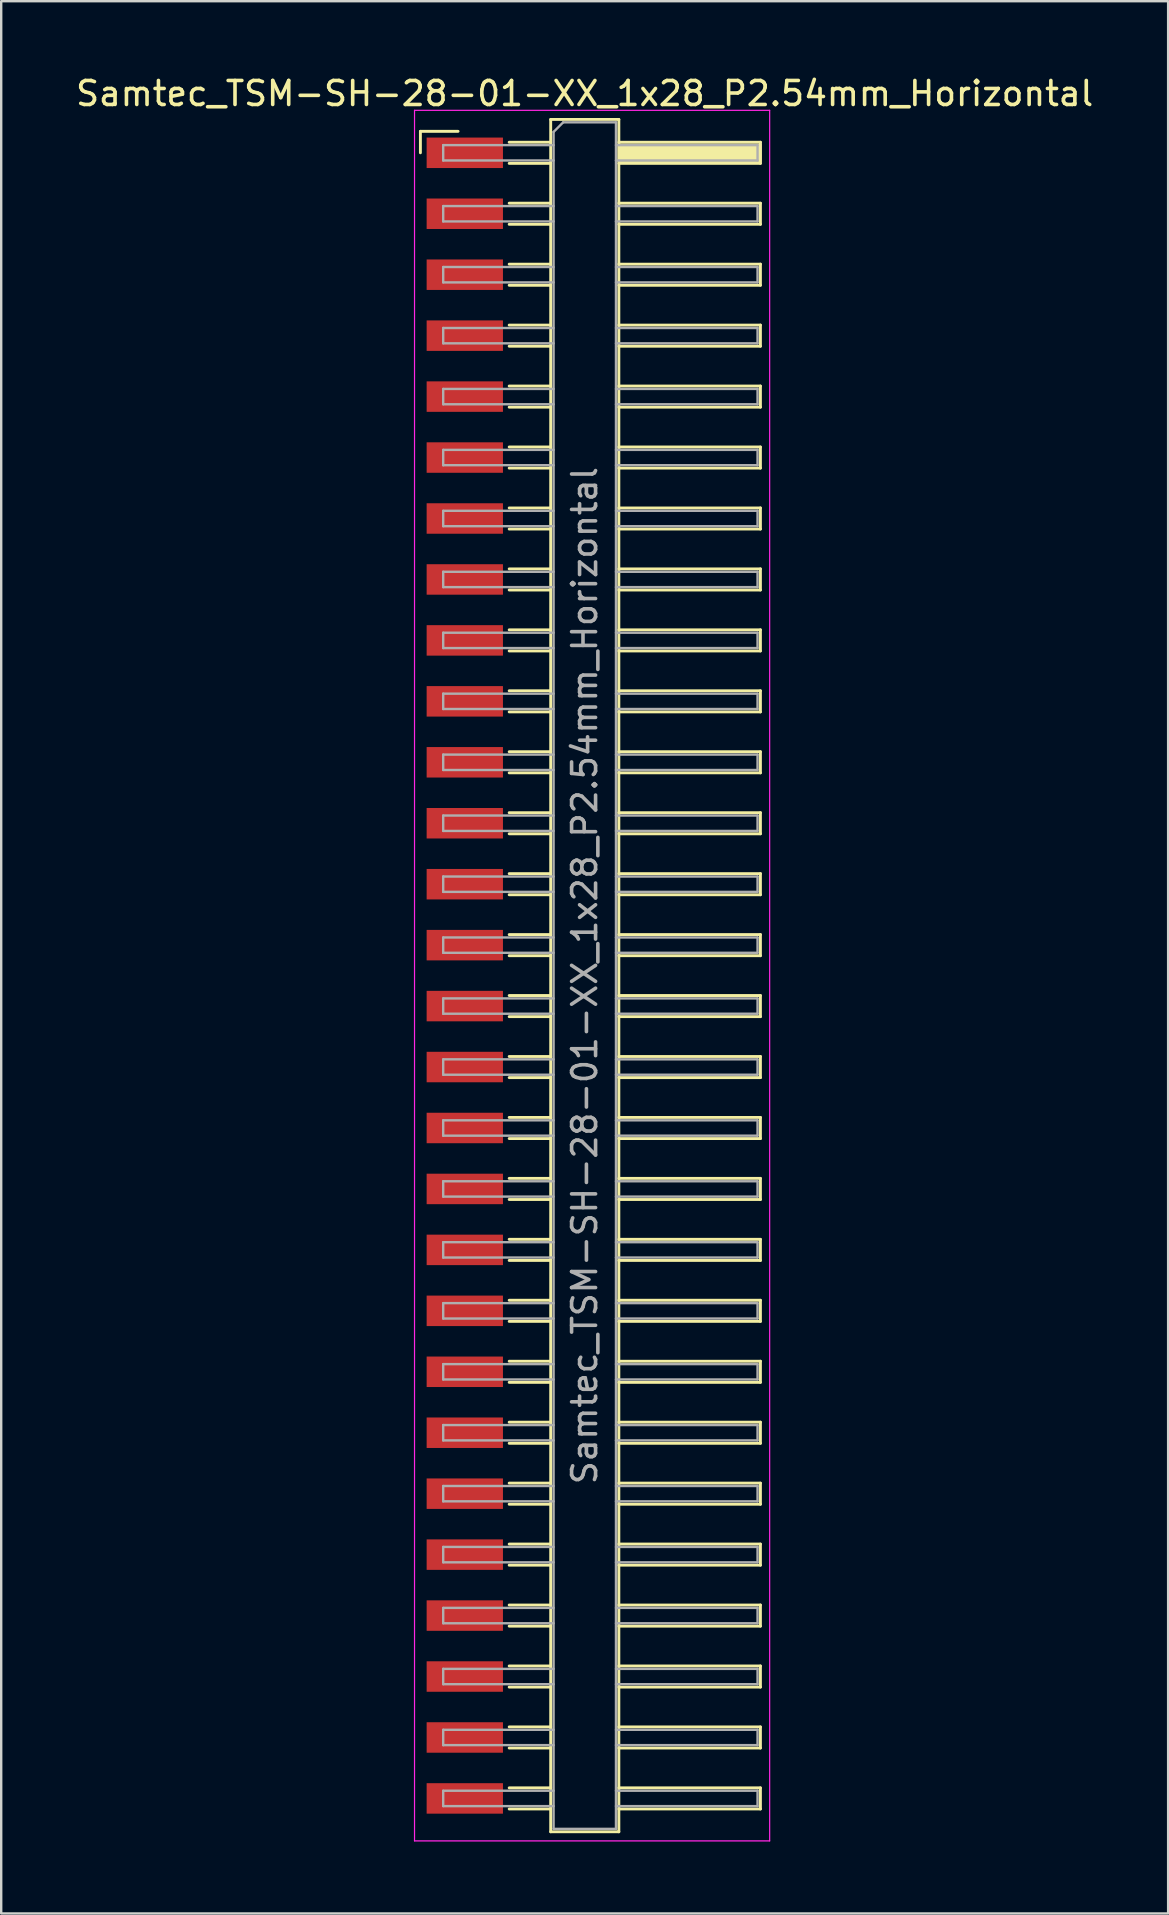
<source format=kicad_pcb>
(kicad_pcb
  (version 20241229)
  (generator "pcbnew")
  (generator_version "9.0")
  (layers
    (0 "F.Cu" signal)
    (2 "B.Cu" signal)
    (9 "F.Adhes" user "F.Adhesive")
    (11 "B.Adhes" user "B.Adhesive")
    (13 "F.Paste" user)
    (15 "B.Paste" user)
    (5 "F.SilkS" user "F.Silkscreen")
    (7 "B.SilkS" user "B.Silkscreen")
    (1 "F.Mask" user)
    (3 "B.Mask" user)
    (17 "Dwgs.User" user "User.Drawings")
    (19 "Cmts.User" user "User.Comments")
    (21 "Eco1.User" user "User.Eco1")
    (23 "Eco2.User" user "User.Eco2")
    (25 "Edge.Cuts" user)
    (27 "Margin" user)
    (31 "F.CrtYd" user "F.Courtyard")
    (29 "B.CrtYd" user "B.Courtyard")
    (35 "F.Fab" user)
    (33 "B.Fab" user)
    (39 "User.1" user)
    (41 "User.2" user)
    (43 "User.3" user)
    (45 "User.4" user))
  (footprint "Samtec_TSM-SH-28-01-XX_1x28_P2.54mm_Horizontal"
    (layer "F.Cu")
    (at 21.505 37.608)
    (property "Reference" "Samtec_TSM-SH-28-01-XX_1x28_P2.54mm_Horizontal" (at -0.19 -36.76 0) (layer "F.SilkS") (effects (font (size 1 1) (thickness 0.15))))
    (attr smd)
    (fp_line (start -7.035 -35.185) (end -5.465 -35.185) (stroke (width 0.12) (type solid)) (layer "F.SilkS"))
    (fp_line (start -7.035 -34.29) (end -7.035 -35.185) (stroke (width 0.12) (type solid)) (layer "F.SilkS"))
    (fp_line (start -3.335 -34.73) (end -1.605 -34.73) (stroke (width 0.12) (type solid)) (layer "F.SilkS"))
    (fp_line (start -3.335 -33.85) (end -1.605 -33.85) (stroke (width 0.12) (type solid)) (layer "F.SilkS"))
    (fp_line (start -3.335 -32.19) (end -1.605 -32.19) (stroke (width 0.12) (type solid)) (layer "F.SilkS"))
    (fp_line (start -3.335 -31.31) (end -1.605 -31.31) (stroke (width 0.12) (type solid)) (layer "F.SilkS"))
    (fp_line (start -3.335 -29.65) (end -1.605 -29.65) (stroke (width 0.12) (type solid)) (layer "F.SilkS"))
    (fp_line (start -3.335 -28.77) (end -1.605 -28.77) (stroke (width 0.12) (type solid)) (layer "F.SilkS"))
    (fp_line (start -3.335 -27.11) (end -1.605 -27.11) (stroke (width 0.12) (type solid)) (layer "F.SilkS"))
    (fp_line (start -3.335 -26.23) (end -1.605 -26.23) (stroke (width 0.12) (type solid)) (layer "F.SilkS"))
    (fp_line (start -3.335 -24.57) (end -1.605 -24.57) (stroke (width 0.12) (type solid)) (layer "F.SilkS"))
    (fp_line (start -3.335 -23.69) (end -1.605 -23.69) (stroke (width 0.12) (type solid)) (layer "F.SilkS"))
    (fp_line (start -3.335 -22.03) (end -1.605 -22.03) (stroke (width 0.12) (type solid)) (layer "F.SilkS"))
    (fp_line (start -3.335 -21.15) (end -1.605 -21.15) (stroke (width 0.12) (type solid)) (layer "F.SilkS"))
    (fp_line (start -3.335 -19.49) (end -1.605 -19.49) (stroke (width 0.12) (type solid)) (layer "F.SilkS"))
    (fp_line (start -3.335 -18.61) (end -1.605 -18.61) (stroke (width 0.12) (type solid)) (layer "F.SilkS"))
    (fp_line (start -3.335 -16.95) (end -1.605 -16.95) (stroke (width 0.12) (type solid)) (layer "F.SilkS"))
    (fp_line (start -3.335 -16.07) (end -1.605 -16.07) (stroke (width 0.12) (type solid)) (layer "F.SilkS"))
    (fp_line (start -3.335 -14.41) (end -1.605 -14.41) (stroke (width 0.12) (type solid)) (layer "F.SilkS"))
    (fp_line (start -3.335 -13.53) (end -1.605 -13.53) (stroke (width 0.12) (type solid)) (layer "F.SilkS"))
    (fp_line (start -3.335 -11.87) (end -1.605 -11.87) (stroke (width 0.12) (type solid)) (layer "F.SilkS"))
    (fp_line (start -3.335 -10.99) (end -1.605 -10.99) (stroke (width 0.12) (type solid)) (layer "F.SilkS"))
    (fp_line (start -3.335 -9.33) (end -1.605 -9.33) (stroke (width 0.12) (type solid)) (layer "F.SilkS"))
    (fp_line (start -3.335 -8.45) (end -1.605 -8.45) (stroke (width 0.12) (type solid)) (layer "F.SilkS"))
    (fp_line (start -3.335 -6.79) (end -1.605 -6.79) (stroke (width 0.12) (type solid)) (layer "F.SilkS"))
    (fp_line (start -3.335 -5.91) (end -1.605 -5.91) (stroke (width 0.12) (type solid)) (layer "F.SilkS"))
    (fp_line (start -3.335 -4.25) (end -1.605 -4.25) (stroke (width 0.12) (type solid)) (layer "F.SilkS"))
    (fp_line (start -3.335 -3.37) (end -1.605 -3.37) (stroke (width 0.12) (type solid)) (layer "F.SilkS"))
    (fp_line (start -3.335 -1.71) (end -1.605 -1.71) (stroke (width 0.12) (type solid)) (layer "F.SilkS"))
    (fp_line (start -3.335 -0.83) (end -1.605 -0.83) (stroke (width 0.12) (type solid)) (layer "F.SilkS"))
    (fp_line (start -3.335 0.83) (end -1.605 0.83) (stroke (width 0.12) (type solid)) (layer "F.SilkS"))
    (fp_line (start -3.335 1.71) (end -1.605 1.71) (stroke (width 0.12) (type solid)) (layer "F.SilkS"))
    (fp_line (start -3.335 3.37) (end -1.605 3.37) (stroke (width 0.12) (type solid)) (layer "F.SilkS"))
    (fp_line (start -3.335 4.25) (end -1.605 4.25) (stroke (width 0.12) (type solid)) (layer "F.SilkS"))
    (fp_line (start -3.335 5.91) (end -1.605 5.91) (stroke (width 0.12) (type solid)) (layer "F.SilkS"))
    (fp_line (start -3.335 6.79) (end -1.605 6.79) (stroke (width 0.12) (type solid)) (layer "F.SilkS"))
    (fp_line (start -3.335 8.45) (end -1.605 8.45) (stroke (width 0.12) (type solid)) (layer "F.SilkS"))
    (fp_line (start -3.335 9.33) (end -1.605 9.33) (stroke (width 0.12) (type solid)) (layer "F.SilkS"))
    (fp_line (start -3.335 10.99) (end -1.605 10.99) (stroke (width 0.12) (type solid)) (layer "F.SilkS"))
    (fp_line (start -3.335 11.87) (end -1.605 11.87) (stroke (width 0.12) (type solid)) (layer "F.SilkS"))
    (fp_line (start -3.335 13.53) (end -1.605 13.53) (stroke (width 0.12) (type solid)) (layer "F.SilkS"))
    (fp_line (start -3.335 14.41) (end -1.605 14.41) (stroke (width 0.12) (type solid)) (layer "F.SilkS"))
    (fp_line (start -3.335 16.07) (end -1.605 16.07) (stroke (width 0.12) (type solid)) (layer "F.SilkS"))
    (fp_line (start -3.335 16.95) (end -1.605 16.95) (stroke (width 0.12) (type solid)) (layer "F.SilkS"))
    (fp_line (start -3.335 18.61) (end -1.605 18.61) (stroke (width 0.12) (type solid)) (layer "F.SilkS"))
    (fp_line (start -3.335 19.49) (end -1.605 19.49) (stroke (width 0.12) (type solid)) (layer "F.SilkS"))
    (fp_line (start -3.335 21.15) (end -1.605 21.15) (stroke (width 0.12) (type solid)) (layer "F.SilkS"))
    (fp_line (start -3.335 22.03) (end -1.605 22.03) (stroke (width 0.12) (type solid)) (layer "F.SilkS"))
    (fp_line (start -3.335 23.69) (end -1.605 23.69) (stroke (width 0.12) (type solid)) (layer "F.SilkS"))
    (fp_line (start -3.335 24.57) (end -1.605 24.57) (stroke (width 0.12) (type solid)) (layer "F.SilkS"))
    (fp_line (start -3.335 26.23) (end -1.605 26.23) (stroke (width 0.12) (type solid)) (layer "F.SilkS"))
    (fp_line (start -3.335 27.11) (end -1.605 27.11) (stroke (width 0.12) (type solid)) (layer "F.SilkS"))
    (fp_line (start -3.335 28.77) (end -1.605 28.77) (stroke (width 0.12) (type solid)) (layer "F.SilkS"))
    (fp_line (start -3.335 29.65) (end -1.605 29.65) (stroke (width 0.12) (type solid)) (layer "F.SilkS"))
    (fp_line (start -3.335 31.31) (end -1.605 31.31) (stroke (width 0.12) (type solid)) (layer "F.SilkS"))
    (fp_line (start -3.335 32.19) (end -1.605 32.19) (stroke (width 0.12) (type solid)) (layer "F.SilkS"))
    (fp_line (start -3.335 33.85) (end -1.605 33.85) (stroke (width 0.12) (type solid)) (layer "F.SilkS"))
    (fp_line (start -3.335 34.73) (end -1.605 34.73) (stroke (width 0.12) (type solid)) (layer "F.SilkS"))
    (fp_line (start -1.605 -35.68) (end 1.235 -35.68) (stroke (width 0.12) (type solid)) (layer "F.SilkS"))
    (fp_line (start -1.605 35.68) (end -1.605 -35.68) (stroke (width 0.12) (type solid)) (layer "F.SilkS"))
    (fp_line (start 1.235 -35.68) (end 1.235 35.68) (stroke (width 0.12) (type solid)) (layer "F.SilkS"))
    (fp_line (start 1.235 -34.73) (end 7.135 -34.73) (stroke (width 0.12) (type solid)) (layer "F.SilkS"))
    (fp_line (start 1.235 -32.19) (end 7.135 -32.19) (stroke (width 0.12) (type solid)) (layer "F.SilkS"))
    (fp_line (start 1.235 -29.65) (end 7.135 -29.65) (stroke (width 0.12) (type solid)) (layer "F.SilkS"))
    (fp_line (start 1.235 -27.11) (end 7.135 -27.11) (stroke (width 0.12) (type solid)) (layer "F.SilkS"))
    (fp_line (start 1.235 -24.57) (end 7.135 -24.57) (stroke (width 0.12) (type solid)) (layer "F.SilkS"))
    (fp_line (start 1.235 -22.03) (end 7.135 -22.03) (stroke (width 0.12) (type solid)) (layer "F.SilkS"))
    (fp_line (start 1.235 -19.49) (end 7.135 -19.49) (stroke (width 0.12) (type solid)) (layer "F.SilkS"))
    (fp_line (start 1.235 -16.95) (end 7.135 -16.95) (stroke (width 0.12) (type solid)) (layer "F.SilkS"))
    (fp_line (start 1.235 -14.41) (end 7.135 -14.41) (stroke (width 0.12) (type solid)) (layer "F.SilkS"))
    (fp_line (start 1.235 -11.87) (end 7.135 -11.87) (stroke (width 0.12) (type solid)) (layer "F.SilkS"))
    (fp_line (start 1.235 -9.33) (end 7.135 -9.33) (stroke (width 0.12) (type solid)) (layer "F.SilkS"))
    (fp_line (start 1.235 -6.79) (end 7.135 -6.79) (stroke (width 0.12) (type solid)) (layer "F.SilkS"))
    (fp_line (start 1.235 -4.25) (end 7.135 -4.25) (stroke (width 0.12) (type solid)) (layer "F.SilkS"))
    (fp_line (start 1.235 -1.71) (end 7.135 -1.71) (stroke (width 0.12) (type solid)) (layer "F.SilkS"))
    (fp_line (start 1.235 0.83) (end 7.135 0.83) (stroke (width 0.12) (type solid)) (layer "F.SilkS"))
    (fp_line (start 1.235 3.37) (end 7.135 3.37) (stroke (width 0.12) (type solid)) (layer "F.SilkS"))
    (fp_line (start 1.235 5.91) (end 7.135 5.91) (stroke (width 0.12) (type solid)) (layer "F.SilkS"))
    (fp_line (start 1.235 8.45) (end 7.135 8.45) (stroke (width 0.12) (type solid)) (layer "F.SilkS"))
    (fp_line (start 1.235 10.99) (end 7.135 10.99) (stroke (width 0.12) (type solid)) (layer "F.SilkS"))
    (fp_line (start 1.235 13.53) (end 7.135 13.53) (stroke (width 0.12) (type solid)) (layer "F.SilkS"))
    (fp_line (start 1.235 16.07) (end 7.135 16.07) (stroke (width 0.12) (type solid)) (layer "F.SilkS"))
    (fp_line (start 1.235 18.61) (end 7.135 18.61) (stroke (width 0.12) (type solid)) (layer "F.SilkS"))
    (fp_line (start 1.235 21.15) (end 7.135 21.15) (stroke (width 0.12) (type solid)) (layer "F.SilkS"))
    (fp_line (start 1.235 23.69) (end 7.135 23.69) (stroke (width 0.12) (type solid)) (layer "F.SilkS"))
    (fp_line (start 1.235 26.23) (end 7.135 26.23) (stroke (width 0.12) (type solid)) (layer "F.SilkS"))
    (fp_line (start 1.235 28.77) (end 7.135 28.77) (stroke (width 0.12) (type solid)) (layer "F.SilkS"))
    (fp_line (start 1.235 31.31) (end 7.135 31.31) (stroke (width 0.12) (type solid)) (layer "F.SilkS"))
    (fp_line (start 1.235 33.85) (end 7.135 33.85) (stroke (width 0.12) (type solid)) (layer "F.SilkS"))
    (fp_line (start 1.235 35.68) (end -1.605 35.68) (stroke (width 0.12) (type solid)) (layer "F.SilkS"))
    (fp_line (start 7.135 -34.73) (end 7.135 -33.85) (stroke (width 0.12) (type solid)) (layer "F.SilkS"))
    (fp_line (start 7.135 -33.85) (end 1.235 -33.85) (stroke (width 0.12) (type solid)) (layer "F.SilkS"))
    (fp_line (start 7.135 -32.19) (end 7.135 -31.31) (stroke (width 0.12) (type solid)) (layer "F.SilkS"))
    (fp_line (start 7.135 -31.31) (end 1.235 -31.31) (stroke (width 0.12) (type solid)) (layer "F.SilkS"))
    (fp_line (start 7.135 -29.65) (end 7.135 -28.77) (stroke (width 0.12) (type solid)) (layer "F.SilkS"))
    (fp_line (start 7.135 -28.77) (end 1.235 -28.77) (stroke (width 0.12) (type solid)) (layer "F.SilkS"))
    (fp_line (start 7.135 -27.11) (end 7.135 -26.23) (stroke (width 0.12) (type solid)) (layer "F.SilkS"))
    (fp_line (start 7.135 -26.23) (end 1.235 -26.23) (stroke (width 0.12) (type solid)) (layer "F.SilkS"))
    (fp_line (start 7.135 -24.57) (end 7.135 -23.69) (stroke (width 0.12) (type solid)) (layer "F.SilkS"))
    (fp_line (start 7.135 -23.69) (end 1.235 -23.69) (stroke (width 0.12) (type solid)) (layer "F.SilkS"))
    (fp_line (start 7.135 -22.03) (end 7.135 -21.15) (stroke (width 0.12) (type solid)) (layer "F.SilkS"))
    (fp_line (start 7.135 -21.15) (end 1.235 -21.15) (stroke (width 0.12) (type solid)) (layer "F.SilkS"))
    (fp_line (start 7.135 -19.49) (end 7.135 -18.61) (stroke (width 0.12) (type solid)) (layer "F.SilkS"))
    (fp_line (start 7.135 -18.61) (end 1.235 -18.61) (stroke (width 0.12) (type solid)) (layer "F.SilkS"))
    (fp_line (start 7.135 -16.95) (end 7.135 -16.07) (stroke (width 0.12) (type solid)) (layer "F.SilkS"))
    (fp_line (start 7.135 -16.07) (end 1.235 -16.07) (stroke (width 0.12) (type solid)) (layer "F.SilkS"))
    (fp_line (start 7.135 -14.41) (end 7.135 -13.53) (stroke (width 0.12) (type solid)) (layer "F.SilkS"))
    (fp_line (start 7.135 -13.53) (end 1.235 -13.53) (stroke (width 0.12) (type solid)) (layer "F.SilkS"))
    (fp_line (start 7.135 -11.87) (end 7.135 -10.99) (stroke (width 0.12) (type solid)) (layer "F.SilkS"))
    (fp_line (start 7.135 -10.99) (end 1.235 -10.99) (stroke (width 0.12) (type solid)) (layer "F.SilkS"))
    (fp_line (start 7.135 -9.33) (end 7.135 -8.45) (stroke (width 0.12) (type solid)) (layer "F.SilkS"))
    (fp_line (start 7.135 -8.45) (end 1.235 -8.45) (stroke (width 0.12) (type solid)) (layer "F.SilkS"))
    (fp_line (start 7.135 -6.79) (end 7.135 -5.91) (stroke (width 0.12) (type solid)) (layer "F.SilkS"))
    (fp_line (start 7.135 -5.91) (end 1.235 -5.91) (stroke (width 0.12) (type solid)) (layer "F.SilkS"))
    (fp_line (start 7.135 -4.25) (end 7.135 -3.37) (stroke (width 0.12) (type solid)) (layer "F.SilkS"))
    (fp_line (start 7.135 -3.37) (end 1.235 -3.37) (stroke (width 0.12) (type solid)) (layer "F.SilkS"))
    (fp_line (start 7.135 -1.71) (end 7.135 -0.83) (stroke (width 0.12) (type solid)) (layer "F.SilkS"))
    (fp_line (start 7.135 -0.83) (end 1.235 -0.83) (stroke (width 0.12) (type solid)) (layer "F.SilkS"))
    (fp_line (start 7.135 0.83) (end 7.135 1.71) (stroke (width 0.12) (type solid)) (layer "F.SilkS"))
    (fp_line (start 7.135 1.71) (end 1.235 1.71) (stroke (width 0.12) (type solid)) (layer "F.SilkS"))
    (fp_line (start 7.135 3.37) (end 7.135 4.25) (stroke (width 0.12) (type solid)) (layer "F.SilkS"))
    (fp_line (start 7.135 4.25) (end 1.235 4.25) (stroke (width 0.12) (type solid)) (layer "F.SilkS"))
    (fp_line (start 7.135 5.91) (end 7.135 6.79) (stroke (width 0.12) (type solid)) (layer "F.SilkS"))
    (fp_line (start 7.135 6.79) (end 1.235 6.79) (stroke (width 0.12) (type solid)) (layer "F.SilkS"))
    (fp_line (start 7.135 8.45) (end 7.135 9.33) (stroke (width 0.12) (type solid)) (layer "F.SilkS"))
    (fp_line (start 7.135 9.33) (end 1.235 9.33) (stroke (width 0.12) (type solid)) (layer "F.SilkS"))
    (fp_line (start 7.135 10.99) (end 7.135 11.87) (stroke (width 0.12) (type solid)) (layer "F.SilkS"))
    (fp_line (start 7.135 11.87) (end 1.235 11.87) (stroke (width 0.12) (type solid)) (layer "F.SilkS"))
    (fp_line (start 7.135 13.53) (end 7.135 14.41) (stroke (width 0.12) (type solid)) (layer "F.SilkS"))
    (fp_line (start 7.135 14.41) (end 1.235 14.41) (stroke (width 0.12) (type solid)) (layer "F.SilkS"))
    (fp_line (start 7.135 16.07) (end 7.135 16.95) (stroke (width 0.12) (type solid)) (layer "F.SilkS"))
    (fp_line (start 7.135 16.95) (end 1.235 16.95) (stroke (width 0.12) (type solid)) (layer "F.SilkS"))
    (fp_line (start 7.135 18.61) (end 7.135 19.49) (stroke (width 0.12) (type solid)) (layer "F.SilkS"))
    (fp_line (start 7.135 19.49) (end 1.235 19.49) (stroke (width 0.12) (type solid)) (layer "F.SilkS"))
    (fp_line (start 7.135 21.15) (end 7.135 22.03) (stroke (width 0.12) (type solid)) (layer "F.SilkS"))
    (fp_line (start 7.135 22.03) (end 1.235 22.03) (stroke (width 0.12) (type solid)) (layer "F.SilkS"))
    (fp_line (start 7.135 23.69) (end 7.135 24.57) (stroke (width 0.12) (type solid)) (layer "F.SilkS"))
    (fp_line (start 7.135 24.57) (end 1.235 24.57) (stroke (width 0.12) (type solid)) (layer "F.SilkS"))
    (fp_line (start 7.135 26.23) (end 7.135 27.11) (stroke (width 0.12) (type solid)) (layer "F.SilkS"))
    (fp_line (start 7.135 27.11) (end 1.235 27.11) (stroke (width 0.12) (type solid)) (layer "F.SilkS"))
    (fp_line (start 7.135 28.77) (end 7.135 29.65) (stroke (width 0.12) (type solid)) (layer "F.SilkS"))
    (fp_line (start 7.135 29.65) (end 1.235 29.65) (stroke (width 0.12) (type solid)) (layer "F.SilkS"))
    (fp_line (start 7.135 31.31) (end 7.135 32.19) (stroke (width 0.12) (type solid)) (layer "F.SilkS"))
    (fp_line (start 7.135 32.19) (end 1.235 32.19) (stroke (width 0.12) (type solid)) (layer "F.SilkS"))
    (fp_line (start 7.135 33.85) (end 7.135 34.73) (stroke (width 0.12) (type solid)) (layer "F.SilkS"))
    (fp_line (start 7.135 34.73) (end 1.235 34.73) (stroke (width 0.12) (type solid)) (layer "F.SilkS"))
    (fp_line (start -7.28 -36.06) (end 7.52 -36.06) (stroke (width 0.05) (type solid)) (layer "F.CrtYd"))
    (fp_line (start -7.28 36.06) (end -7.28 -36.06) (stroke (width 0.05) (type solid)) (layer "F.CrtYd"))
    (fp_line (start 7.52 -36.06) (end 7.52 36.06) (stroke (width 0.05) (type solid)) (layer "F.CrtYd"))
    (fp_line (start 7.52 36.06) (end -7.28 36.06) (stroke (width 0.05) (type solid)) (layer "F.CrtYd"))
    (fp_line (start -6.085 -34.61) (end -6.085 -33.97) (stroke (width 0.1) (type solid)) (layer "F.Fab"))
    (fp_line (start -6.085 -33.97) (end -1.485 -33.97) (stroke (width 0.1) (type solid)) (layer "F.Fab"))
    (fp_line (start -6.085 -32.07) (end -6.085 -31.43) (stroke (width 0.1) (type solid)) (layer "F.Fab"))
    (fp_line (start -6.085 -31.43) (end -1.485 -31.43) (stroke (width 0.1) (type solid)) (layer "F.Fab"))
    (fp_line (start -6.085 -29.53) (end -6.085 -28.89) (stroke (width 0.1) (type solid)) (layer "F.Fab"))
    (fp_line (start -6.085 -28.89) (end -1.485 -28.89) (stroke (width 0.1) (type solid)) (layer "F.Fab"))
    (fp_line (start -6.085 -26.99) (end -6.085 -26.35) (stroke (width 0.1) (type solid)) (layer "F.Fab"))
    (fp_line (start -6.085 -26.35) (end -1.485 -26.35) (stroke (width 0.1) (type solid)) (layer "F.Fab"))
    (fp_line (start -6.085 -24.45) (end -6.085 -23.81) (stroke (width 0.1) (type solid)) (layer "F.Fab"))
    (fp_line (start -6.085 -23.81) (end -1.485 -23.81) (stroke (width 0.1) (type solid)) (layer "F.Fab"))
    (fp_line (start -6.085 -21.91) (end -6.085 -21.27) (stroke (width 0.1) (type solid)) (layer "F.Fab"))
    (fp_line (start -6.085 -21.27) (end -1.485 -21.27) (stroke (width 0.1) (type solid)) (layer "F.Fab"))
    (fp_line (start -6.085 -19.37) (end -6.085 -18.73) (stroke (width 0.1) (type solid)) (layer "F.Fab"))
    (fp_line (start -6.085 -18.73) (end -1.485 -18.73) (stroke (width 0.1) (type solid)) (layer "F.Fab"))
    (fp_line (start -6.085 -16.83) (end -6.085 -16.19) (stroke (width 0.1) (type solid)) (layer "F.Fab"))
    (fp_line (start -6.085 -16.19) (end -1.485 -16.19) (stroke (width 0.1) (type solid)) (layer "F.Fab"))
    (fp_line (start -6.085 -14.29) (end -6.085 -13.65) (stroke (width 0.1) (type solid)) (layer "F.Fab"))
    (fp_line (start -6.085 -13.65) (end -1.485 -13.65) (stroke (width 0.1) (type solid)) (layer "F.Fab"))
    (fp_line (start -6.085 -11.75) (end -6.085 -11.11) (stroke (width 0.1) (type solid)) (layer "F.Fab"))
    (fp_line (start -6.085 -11.11) (end -1.485 -11.11) (stroke (width 0.1) (type solid)) (layer "F.Fab"))
    (fp_line (start -6.085 -9.21) (end -6.085 -8.57) (stroke (width 0.1) (type solid)) (layer "F.Fab"))
    (fp_line (start -6.085 -8.57) (end -1.485 -8.57) (stroke (width 0.1) (type solid)) (layer "F.Fab"))
    (fp_line (start -6.085 -6.67) (end -6.085 -6.03) (stroke (width 0.1) (type solid)) (layer "F.Fab"))
    (fp_line (start -6.085 -6.03) (end -1.485 -6.03) (stroke (width 0.1) (type solid)) (layer "F.Fab"))
    (fp_line (start -6.085 -4.13) (end -6.085 -3.49) (stroke (width 0.1) (type solid)) (layer "F.Fab"))
    (fp_line (start -6.085 -3.49) (end -1.485 -3.49) (stroke (width 0.1) (type solid)) (layer "F.Fab"))
    (fp_line (start -6.085 -1.59) (end -6.085 -0.95) (stroke (width 0.1) (type solid)) (layer "F.Fab"))
    (fp_line (start -6.085 -0.95) (end -1.485 -0.95) (stroke (width 0.1) (type solid)) (layer "F.Fab"))
    (fp_line (start -6.085 0.95) (end -6.085 1.59) (stroke (width 0.1) (type solid)) (layer "F.Fab"))
    (fp_line (start -6.085 1.59) (end -1.485 1.59) (stroke (width 0.1) (type solid)) (layer "F.Fab"))
    (fp_line (start -6.085 3.49) (end -6.085 4.13) (stroke (width 0.1) (type solid)) (layer "F.Fab"))
    (fp_line (start -6.085 4.13) (end -1.485 4.13) (stroke (width 0.1) (type solid)) (layer "F.Fab"))
    (fp_line (start -6.085 6.03) (end -6.085 6.67) (stroke (width 0.1) (type solid)) (layer "F.Fab"))
    (fp_line (start -6.085 6.67) (end -1.485 6.67) (stroke (width 0.1) (type solid)) (layer "F.Fab"))
    (fp_line (start -6.085 8.57) (end -6.085 9.21) (stroke (width 0.1) (type solid)) (layer "F.Fab"))
    (fp_line (start -6.085 9.21) (end -1.485 9.21) (stroke (width 0.1) (type solid)) (layer "F.Fab"))
    (fp_line (start -6.085 11.11) (end -6.085 11.75) (stroke (width 0.1) (type solid)) (layer "F.Fab"))
    (fp_line (start -6.085 11.75) (end -1.485 11.75) (stroke (width 0.1) (type solid)) (layer "F.Fab"))
    (fp_line (start -6.085 13.65) (end -6.085 14.29) (stroke (width 0.1) (type solid)) (layer "F.Fab"))
    (fp_line (start -6.085 14.29) (end -1.485 14.29) (stroke (width 0.1) (type solid)) (layer "F.Fab"))
    (fp_line (start -6.085 16.19) (end -6.085 16.83) (stroke (width 0.1) (type solid)) (layer "F.Fab"))
    (fp_line (start -6.085 16.83) (end -1.485 16.83) (stroke (width 0.1) (type solid)) (layer "F.Fab"))
    (fp_line (start -6.085 18.73) (end -6.085 19.37) (stroke (width 0.1) (type solid)) (layer "F.Fab"))
    (fp_line (start -6.085 19.37) (end -1.485 19.37) (stroke (width 0.1) (type solid)) (layer "F.Fab"))
    (fp_line (start -6.085 21.27) (end -6.085 21.91) (stroke (width 0.1) (type solid)) (layer "F.Fab"))
    (fp_line (start -6.085 21.91) (end -1.485 21.91) (stroke (width 0.1) (type solid)) (layer "F.Fab"))
    (fp_line (start -6.085 23.81) (end -6.085 24.45) (stroke (width 0.1) (type solid)) (layer "F.Fab"))
    (fp_line (start -6.085 24.45) (end -1.485 24.45) (stroke (width 0.1) (type solid)) (layer "F.Fab"))
    (fp_line (start -6.085 26.35) (end -6.085 26.99) (stroke (width 0.1) (type solid)) (layer "F.Fab"))
    (fp_line (start -6.085 26.99) (end -1.485 26.99) (stroke (width 0.1) (type solid)) (layer "F.Fab"))
    (fp_line (start -6.085 28.89) (end -6.085 29.53) (stroke (width 0.1) (type solid)) (layer "F.Fab"))
    (fp_line (start -6.085 29.53) (end -1.485 29.53) (stroke (width 0.1) (type solid)) (layer "F.Fab"))
    (fp_line (start -6.085 31.43) (end -6.085 32.07) (stroke (width 0.1) (type solid)) (layer "F.Fab"))
    (fp_line (start -6.085 32.07) (end -1.485 32.07) (stroke (width 0.1) (type solid)) (layer "F.Fab"))
    (fp_line (start -6.085 33.97) (end -6.085 34.61) (stroke (width 0.1) (type solid)) (layer "F.Fab"))
    (fp_line (start -6.085 34.61) (end -1.485 34.61) (stroke (width 0.1) (type solid)) (layer "F.Fab"))
    (fp_line (start -1.485 -35.16) (end -1.085 -35.56) (stroke (width 0.1) (type solid)) (layer "F.Fab"))
    (fp_line (start -1.485 -34.61) (end -6.085 -34.61) (stroke (width 0.1) (type solid)) (layer "F.Fab"))
    (fp_line (start -1.485 -32.07) (end -6.085 -32.07) (stroke (width 0.1) (type solid)) (layer "F.Fab"))
    (fp_line (start -1.485 -29.53) (end -6.085 -29.53) (stroke (width 0.1) (type solid)) (layer "F.Fab"))
    (fp_line (start -1.485 -26.99) (end -6.085 -26.99) (stroke (width 0.1) (type solid)) (layer "F.Fab"))
    (fp_line (start -1.485 -24.45) (end -6.085 -24.45) (stroke (width 0.1) (type solid)) (layer "F.Fab"))
    (fp_line (start -1.485 -21.91) (end -6.085 -21.91) (stroke (width 0.1) (type solid)) (layer "F.Fab"))
    (fp_line (start -1.485 -19.37) (end -6.085 -19.37) (stroke (width 0.1) (type solid)) (layer "F.Fab"))
    (fp_line (start -1.485 -16.83) (end -6.085 -16.83) (stroke (width 0.1) (type solid)) (layer "F.Fab"))
    (fp_line (start -1.485 -14.29) (end -6.085 -14.29) (stroke (width 0.1) (type solid)) (layer "F.Fab"))
    (fp_line (start -1.485 -11.75) (end -6.085 -11.75) (stroke (width 0.1) (type solid)) (layer "F.Fab"))
    (fp_line (start -1.485 -9.21) (end -6.085 -9.21) (stroke (width 0.1) (type solid)) (layer "F.Fab"))
    (fp_line (start -1.485 -6.67) (end -6.085 -6.67) (stroke (width 0.1) (type solid)) (layer "F.Fab"))
    (fp_line (start -1.485 -4.13) (end -6.085 -4.13) (stroke (width 0.1) (type solid)) (layer "F.Fab"))
    (fp_line (start -1.485 -1.59) (end -6.085 -1.59) (stroke (width 0.1) (type solid)) (layer "F.Fab"))
    (fp_line (start -1.485 0.95) (end -6.085 0.95) (stroke (width 0.1) (type solid)) (layer "F.Fab"))
    (fp_line (start -1.485 3.49) (end -6.085 3.49) (stroke (width 0.1) (type solid)) (layer "F.Fab"))
    (fp_line (start -1.485 6.03) (end -6.085 6.03) (stroke (width 0.1) (type solid)) (layer "F.Fab"))
    (fp_line (start -1.485 8.57) (end -6.085 8.57) (stroke (width 0.1) (type solid)) (layer "F.Fab"))
    (fp_line (start -1.485 11.11) (end -6.085 11.11) (stroke (width 0.1) (type solid)) (layer "F.Fab"))
    (fp_line (start -1.485 13.65) (end -6.085 13.65) (stroke (width 0.1) (type solid)) (layer "F.Fab"))
    (fp_line (start -1.485 16.19) (end -6.085 16.19) (stroke (width 0.1) (type solid)) (layer "F.Fab"))
    (fp_line (start -1.485 18.73) (end -6.085 18.73) (stroke (width 0.1) (type solid)) (layer "F.Fab"))
    (fp_line (start -1.485 21.27) (end -6.085 21.27) (stroke (width 0.1) (type solid)) (layer "F.Fab"))
    (fp_line (start -1.485 23.81) (end -6.085 23.81) (stroke (width 0.1) (type solid)) (layer "F.Fab"))
    (fp_line (start -1.485 26.35) (end -6.085 26.35) (stroke (width 0.1) (type solid)) (layer "F.Fab"))
    (fp_line (start -1.485 28.89) (end -6.085 28.89) (stroke (width 0.1) (type solid)) (layer "F.Fab"))
    (fp_line (start -1.485 31.43) (end -6.085 31.43) (stroke (width 0.1) (type solid)) (layer "F.Fab"))
    (fp_line (start -1.485 33.97) (end -6.085 33.97) (stroke (width 0.1) (type solid)) (layer "F.Fab"))
    (fp_line (start -1.485 35.56) (end -1.485 -35.16) (stroke (width 0.1) (type solid)) (layer "F.Fab"))
    (fp_line (start -1.085 -35.56) (end 1.115 -35.56) (stroke (width 0.1) (type solid)) (layer "F.Fab"))
    (fp_line (start 1.115 -35.56) (end 1.115 35.56) (stroke (width 0.1) (type solid)) (layer "F.Fab"))
    (fp_line (start 1.115 -34.61) (end 7.015 -34.61) (stroke (width 0.1) (type solid)) (layer "F.Fab"))
    (fp_line (start 1.115 -32.07) (end 7.015 -32.07) (stroke (width 0.1) (type solid)) (layer "F.Fab"))
    (fp_line (start 1.115 -29.53) (end 7.015 -29.53) (stroke (width 0.1) (type solid)) (layer "F.Fab"))
    (fp_line (start 1.115 -26.99) (end 7.015 -26.99) (stroke (width 0.1) (type solid)) (layer "F.Fab"))
    (fp_line (start 1.115 -24.45) (end 7.015 -24.45) (stroke (width 0.1) (type solid)) (layer "F.Fab"))
    (fp_line (start 1.115 -21.91) (end 7.015 -21.91) (stroke (width 0.1) (type solid)) (layer "F.Fab"))
    (fp_line (start 1.115 -19.37) (end 7.015 -19.37) (stroke (width 0.1) (type solid)) (layer "F.Fab"))
    (fp_line (start 1.115 -16.83) (end 7.015 -16.83) (stroke (width 0.1) (type solid)) (layer "F.Fab"))
    (fp_line (start 1.115 -14.29) (end 7.015 -14.29) (stroke (width 0.1) (type solid)) (layer "F.Fab"))
    (fp_line (start 1.115 -11.75) (end 7.015 -11.75) (stroke (width 0.1) (type solid)) (layer "F.Fab"))
    (fp_line (start 1.115 -9.21) (end 7.015 -9.21) (stroke (width 0.1) (type solid)) (layer "F.Fab"))
    (fp_line (start 1.115 -6.67) (end 7.015 -6.67) (stroke (width 0.1) (type solid)) (layer "F.Fab"))
    (fp_line (start 1.115 -4.13) (end 7.015 -4.13) (stroke (width 0.1) (type solid)) (layer "F.Fab"))
    (fp_line (start 1.115 -1.59) (end 7.015 -1.59) (stroke (width 0.1) (type solid)) (layer "F.Fab"))
    (fp_line (start 1.115 0.95) (end 7.015 0.95) (stroke (width 0.1) (type solid)) (layer "F.Fab"))
    (fp_line (start 1.115 3.49) (end 7.015 3.49) (stroke (width 0.1) (type solid)) (layer "F.Fab"))
    (fp_line (start 1.115 6.03) (end 7.015 6.03) (stroke (width 0.1) (type solid)) (layer "F.Fab"))
    (fp_line (start 1.115 8.57) (end 7.015 8.57) (stroke (width 0.1) (type solid)) (layer "F.Fab"))
    (fp_line (start 1.115 11.11) (end 7.015 11.11) (stroke (width 0.1) (type solid)) (layer "F.Fab"))
    (fp_line (start 1.115 13.65) (end 7.015 13.65) (stroke (width 0.1) (type solid)) (layer "F.Fab"))
    (fp_line (start 1.115 16.19) (end 7.015 16.19) (stroke (width 0.1) (type solid)) (layer "F.Fab"))
    (fp_line (start 1.115 18.73) (end 7.015 18.73) (stroke (width 0.1) (type solid)) (layer "F.Fab"))
    (fp_line (start 1.115 21.27) (end 7.015 21.27) (stroke (width 0.1) (type solid)) (layer "F.Fab"))
    (fp_line (start 1.115 23.81) (end 7.015 23.81) (stroke (width 0.1) (type solid)) (layer "F.Fab"))
    (fp_line (start 1.115 26.35) (end 7.015 26.35) (stroke (width 0.1) (type solid)) (layer "F.Fab"))
    (fp_line (start 1.115 28.89) (end 7.015 28.89) (stroke (width 0.1) (type solid)) (layer "F.Fab"))
    (fp_line (start 1.115 31.43) (end 7.015 31.43) (stroke (width 0.1) (type solid)) (layer "F.Fab"))
    (fp_line (start 1.115 33.97) (end 7.015 33.97) (stroke (width 0.1) (type solid)) (layer "F.Fab"))
    (fp_line (start 1.115 35.56) (end -1.485 35.56) (stroke (width 0.1) (type solid)) (layer "F.Fab"))
    (fp_line (start 7.015 -34.61) (end 7.015 -33.97) (stroke (width 0.1) (type solid)) (layer "F.Fab"))
    (fp_line (start 7.015 -33.97) (end 1.115 -33.97) (stroke (width 0.1) (type solid)) (layer "F.Fab"))
    (fp_line (start 7.015 -32.07) (end 7.015 -31.43) (stroke (width 0.1) (type solid)) (layer "F.Fab"))
    (fp_line (start 7.015 -31.43) (end 1.115 -31.43) (stroke (width 0.1) (type solid)) (layer "F.Fab"))
    (fp_line (start 7.015 -29.53) (end 7.015 -28.89) (stroke (width 0.1) (type solid)) (layer "F.Fab"))
    (fp_line (start 7.015 -28.89) (end 1.115 -28.89) (stroke (width 0.1) (type solid)) (layer "F.Fab"))
    (fp_line (start 7.015 -26.99) (end 7.015 -26.35) (stroke (width 0.1) (type solid)) (layer "F.Fab"))
    (fp_line (start 7.015 -26.35) (end 1.115 -26.35) (stroke (width 0.1) (type solid)) (layer "F.Fab"))
    (fp_line (start 7.015 -24.45) (end 7.015 -23.81) (stroke (width 0.1) (type solid)) (layer "F.Fab"))
    (fp_line (start 7.015 -23.81) (end 1.115 -23.81) (stroke (width 0.1) (type solid)) (layer "F.Fab"))
    (fp_line (start 7.015 -21.91) (end 7.015 -21.27) (stroke (width 0.1) (type solid)) (layer "F.Fab"))
    (fp_line (start 7.015 -21.27) (end 1.115 -21.27) (stroke (width 0.1) (type solid)) (layer "F.Fab"))
    (fp_line (start 7.015 -19.37) (end 7.015 -18.73) (stroke (width 0.1) (type solid)) (layer "F.Fab"))
    (fp_line (start 7.015 -18.73) (end 1.115 -18.73) (stroke (width 0.1) (type solid)) (layer "F.Fab"))
    (fp_line (start 7.015 -16.83) (end 7.015 -16.19) (stroke (width 0.1) (type solid)) (layer "F.Fab"))
    (fp_line (start 7.015 -16.19) (end 1.115 -16.19) (stroke (width 0.1) (type solid)) (layer "F.Fab"))
    (fp_line (start 7.015 -14.29) (end 7.015 -13.65) (stroke (width 0.1) (type solid)) (layer "F.Fab"))
    (fp_line (start 7.015 -13.65) (end 1.115 -13.65) (stroke (width 0.1) (type solid)) (layer "F.Fab"))
    (fp_line (start 7.015 -11.75) (end 7.015 -11.11) (stroke (width 0.1) (type solid)) (layer "F.Fab"))
    (fp_line (start 7.015 -11.11) (end 1.115 -11.11) (stroke (width 0.1) (type solid)) (layer "F.Fab"))
    (fp_line (start 7.015 -9.21) (end 7.015 -8.57) (stroke (width 0.1) (type solid)) (layer "F.Fab"))
    (fp_line (start 7.015 -8.57) (end 1.115 -8.57) (stroke (width 0.1) (type solid)) (layer "F.Fab"))
    (fp_line (start 7.015 -6.67) (end 7.015 -6.03) (stroke (width 0.1) (type solid)) (layer "F.Fab"))
    (fp_line (start 7.015 -6.03) (end 1.115 -6.03) (stroke (width 0.1) (type solid)) (layer "F.Fab"))
    (fp_line (start 7.015 -4.13) (end 7.015 -3.49) (stroke (width 0.1) (type solid)) (layer "F.Fab"))
    (fp_line (start 7.015 -3.49) (end 1.115 -3.49) (stroke (width 0.1) (type solid)) (layer "F.Fab"))
    (fp_line (start 7.015 -1.59) (end 7.015 -0.95) (stroke (width 0.1) (type solid)) (layer "F.Fab"))
    (fp_line (start 7.015 -0.95) (end 1.115 -0.95) (stroke (width 0.1) (type solid)) (layer "F.Fab"))
    (fp_line (start 7.015 0.95) (end 7.015 1.59) (stroke (width 0.1) (type solid)) (layer "F.Fab"))
    (fp_line (start 7.015 1.59) (end 1.115 1.59) (stroke (width 0.1) (type solid)) (layer "F.Fab"))
    (fp_line (start 7.015 3.49) (end 7.015 4.13) (stroke (width 0.1) (type solid)) (layer "F.Fab"))
    (fp_line (start 7.015 4.13) (end 1.115 4.13) (stroke (width 0.1) (type solid)) (layer "F.Fab"))
    (fp_line (start 7.015 6.03) (end 7.015 6.67) (stroke (width 0.1) (type solid)) (layer "F.Fab"))
    (fp_line (start 7.015 6.67) (end 1.115 6.67) (stroke (width 0.1) (type solid)) (layer "F.Fab"))
    (fp_line (start 7.015 8.57) (end 7.015 9.21) (stroke (width 0.1) (type solid)) (layer "F.Fab"))
    (fp_line (start 7.015 9.21) (end 1.115 9.21) (stroke (width 0.1) (type solid)) (layer "F.Fab"))
    (fp_line (start 7.015 11.11) (end 7.015 11.75) (stroke (width 0.1) (type solid)) (layer "F.Fab"))
    (fp_line (start 7.015 11.75) (end 1.115 11.75) (stroke (width 0.1) (type solid)) (layer "F.Fab"))
    (fp_line (start 7.015 13.65) (end 7.015 14.29) (stroke (width 0.1) (type solid)) (layer "F.Fab"))
    (fp_line (start 7.015 14.29) (end 1.115 14.29) (stroke (width 0.1) (type solid)) (layer "F.Fab"))
    (fp_line (start 7.015 16.19) (end 7.015 16.83) (stroke (width 0.1) (type solid)) (layer "F.Fab"))
    (fp_line (start 7.015 16.83) (end 1.115 16.83) (stroke (width 0.1) (type solid)) (layer "F.Fab"))
    (fp_line (start 7.015 18.73) (end 7.015 19.37) (stroke (width 0.1) (type solid)) (layer "F.Fab"))
    (fp_line (start 7.015 19.37) (end 1.115 19.37) (stroke (width 0.1) (type solid)) (layer "F.Fab"))
    (fp_line (start 7.015 21.27) (end 7.015 21.91) (stroke (width 0.1) (type solid)) (layer "F.Fab"))
    (fp_line (start 7.015 21.91) (end 1.115 21.91) (stroke (width 0.1) (type solid)) (layer "F.Fab"))
    (fp_line (start 7.015 23.81) (end 7.015 24.45) (stroke (width 0.1) (type solid)) (layer "F.Fab"))
    (fp_line (start 7.015 24.45) (end 1.115 24.45) (stroke (width 0.1) (type solid)) (layer "F.Fab"))
    (fp_line (start 7.015 26.35) (end 7.015 26.99) (stroke (width 0.1) (type solid)) (layer "F.Fab"))
    (fp_line (start 7.015 26.99) (end 1.115 26.99) (stroke (width 0.1) (type solid)) (layer "F.Fab"))
    (fp_line (start 7.015 28.89) (end 7.015 29.53) (stroke (width 0.1) (type solid)) (layer "F.Fab"))
    (fp_line (start 7.015 29.53) (end 1.115 29.53) (stroke (width 0.1) (type solid)) (layer "F.Fab"))
    (fp_line (start 7.015 31.43) (end 7.015 32.07) (stroke (width 0.1) (type solid)) (layer "F.Fab"))
    (fp_line (start 7.015 32.07) (end 1.115 32.07) (stroke (width 0.1) (type solid)) (layer "F.Fab"))
    (fp_line (start 7.015 33.97) (end 7.015 34.61) (stroke (width 0.1) (type solid)) (layer "F.Fab"))
    (fp_line (start 7.015 34.61) (end 1.115 34.61) (stroke (width 0.1) (type solid)) (layer "F.Fab"))
    (fp_text user "${REFERENCE}" (at -0.19 0 90) (layer "F.Fab") (effects (font (size 1 1) (thickness 0.15))))
    (pad "" smd rect (at 4.185 -34.29) (size 6 0.76) (layers "F.SilkS"))
    (pad "1" smd rect (at -5.185 -34.29) (size 3.18 1.27) (layers "F.Cu" "F.Mask" "F.Paste"))
    (pad "2" smd rect (at -5.185 -31.75) (size 3.18 1.27) (layers "F.Cu" "F.Mask" "F.Paste"))
    (pad "3" smd rect (at -5.185 -29.21) (size 3.18 1.27) (layers "F.Cu" "F.Mask" "F.Paste"))
    (pad "4" smd rect (at -5.185 -26.67) (size 3.18 1.27) (layers "F.Cu" "F.Mask" "F.Paste"))
    (pad "5" smd rect (at -5.185 -24.13) (size 3.18 1.27) (layers "F.Cu" "F.Mask" "F.Paste"))
    (pad "6" smd rect (at -5.185 -21.59) (size 3.18 1.27) (layers "F.Cu" "F.Mask" "F.Paste"))
    (pad "7" smd rect (at -5.185 -19.05) (size 3.18 1.27) (layers "F.Cu" "F.Mask" "F.Paste"))
    (pad "8" smd rect (at -5.185 -16.51) (size 3.18 1.27) (layers "F.Cu" "F.Mask" "F.Paste"))
    (pad "9" smd rect (at -5.185 -13.97) (size 3.18 1.27) (layers "F.Cu" "F.Mask" "F.Paste"))
    (pad "10" smd rect (at -5.185 -11.43) (size 3.18 1.27) (layers "F.Cu" "F.Mask" "F.Paste"))
    (pad "11" smd rect (at -5.185 -8.89) (size 3.18 1.27) (layers "F.Cu" "F.Mask" "F.Paste"))
    (pad "12" smd rect (at -5.185 -6.35) (size 3.18 1.27) (layers "F.Cu" "F.Mask" "F.Paste"))
    (pad "13" smd rect (at -5.185 -3.81) (size 3.18 1.27) (layers "F.Cu" "F.Mask" "F.Paste"))
    (pad "14" smd rect (at -5.185 -1.27) (size 3.18 1.27) (layers "F.Cu" "F.Mask" "F.Paste"))
    (pad "15" smd rect (at -5.185 1.27) (size 3.18 1.27) (layers "F.Cu" "F.Mask" "F.Paste"))
    (pad "16" smd rect (at -5.185 3.81) (size 3.18 1.27) (layers "F.Cu" "F.Mask" "F.Paste"))
    (pad "17" smd rect (at -5.185 6.35) (size 3.18 1.27) (layers "F.Cu" "F.Mask" "F.Paste"))
    (pad "18" smd rect (at -5.185 8.89) (size 3.18 1.27) (layers "F.Cu" "F.Mask" "F.Paste"))
    (pad "19" smd rect (at -5.185 11.43) (size 3.18 1.27) (layers "F.Cu" "F.Mask" "F.Paste"))
    (pad "20" smd rect (at -5.185 13.97) (size 3.18 1.27) (layers "F.Cu" "F.Mask" "F.Paste"))
    (pad "21" smd rect (at -5.185 16.51) (size 3.18 1.27) (layers "F.Cu" "F.Mask" "F.Paste"))
    (pad "22" smd rect (at -5.185 19.05) (size 3.18 1.27) (layers "F.Cu" "F.Mask" "F.Paste"))
    (pad "23" smd rect (at -5.185 21.59) (size 3.18 1.27) (layers "F.Cu" "F.Mask" "F.Paste"))
    (pad "24" smd rect (at -5.185 24.13) (size 3.18 1.27) (layers "F.Cu" "F.Mask" "F.Paste"))
    (pad "25" smd rect (at -5.185 26.67) (size 3.18 1.27) (layers "F.Cu" "F.Mask" "F.Paste"))
    (pad "26" smd rect (at -5.185 29.21) (size 3.18 1.27) (layers "F.Cu" "F.Mask" "F.Paste"))
    (pad "27" smd rect (at -5.185 31.75) (size 3.18 1.27) (layers "F.Cu" "F.Mask" "F.Paste"))
    (pad "28" smd rect (at -5.185 34.29) (size 3.18 1.27) (layers "F.Cu" "F.Mask" "F.Paste")))
  (gr_rect
    (start -3 -3)
    (end 45.631 76.693)
    (stroke (width 0.1) (type default))
    (fill no)
    (layer "Edge.Cuts")))
</source>
